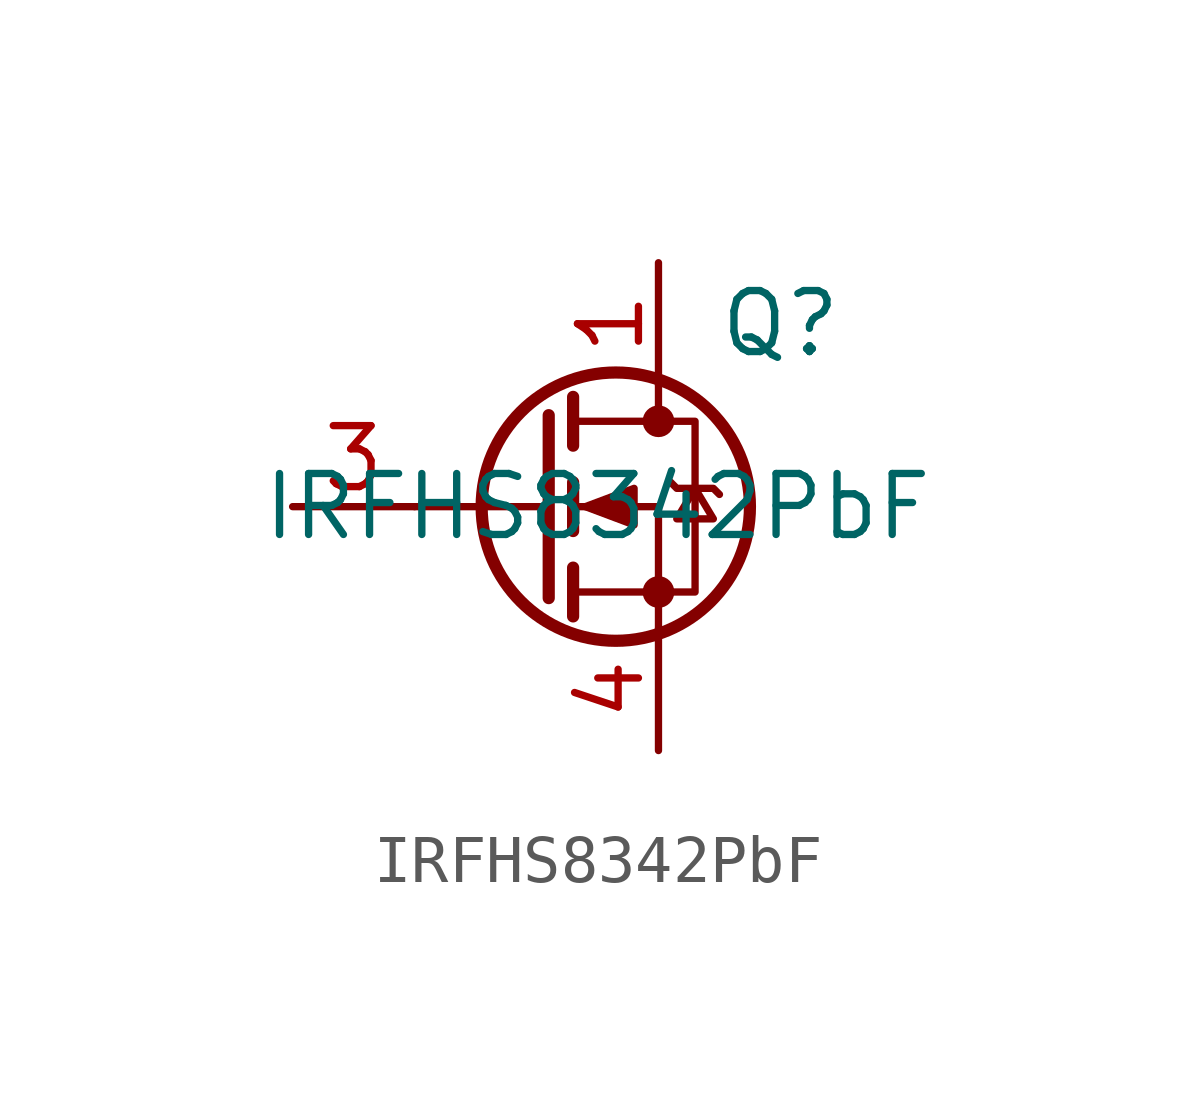
<source format=kicad_sym>
(kicad_symbol_lib
  (version 20220914)
  (generator kicad_symbol_editor)
  (symbol "IRFHS8342PbF"
    (pin_names hide)
    (property "Reference" "Q"
      (at 3.81 3.81 0)
      (effects (font (size 1.27 1.27))))
    (property "Value" "IRFHS8342PbF"
      (at 0 0 0)
      (effects (font (size 1.27 1.27))))
    (symbol "IRFHS8342PbF_0_1"
      (polyline (pts (xy -1.016 0) (xy -3.81 0)) (stroke (width 0) (type default)) (fill (type none)))
      (polyline (pts (xy -1.016 1.905) (xy -1.016 -1.905)) (stroke (width 0.254) (type default)) (fill (type none)))
      (polyline (pts (xy -0.508 -1.27) (xy -0.508 -2.286)) (stroke (width 0.254) (type default)) (fill (type none)))
      (polyline (pts (xy -0.508 0.508) (xy -0.508 -0.508)) (stroke (width 0.254) (type default)) (fill (type none)))
      (polyline (pts (xy -0.508 2.286) (xy -0.508 1.27)) (stroke (width 0.254) (type default)) (fill (type none)))
      (polyline (pts (xy 1.27 2.54) (xy 1.27 1.778)) (stroke (width 0) (type default)) (fill (type none)))
      (polyline (pts (xy 1.27 -2.54) (xy 1.27 0) (xy -0.508 0)) (stroke (width 0) (type default)) (fill (type none)))
      (polyline (pts (xy -0.508 -1.778) (xy 2.032 -1.778) (xy 2.032 1.778) (xy -0.508 1.778)) (stroke (width 0) (type default)) (fill (type none)))
      (polyline (pts (xy -0.254 0) (xy 0.762 0.381) (xy 0.762 -0.381) (xy -0.254 0)) (stroke (width 0) (type default)) (fill (type outline)))
      (polyline (pts (xy 1.524 0.508) (xy 1.651 0.381) (xy 2.413 0.381) (xy 2.54 0.254)) (stroke (width 0) (type default)) (fill (type none)))
      (polyline (pts (xy 2.032 0.381) (xy 1.651 -0.254) (xy 2.413 -0.254) (xy 2.032 0.381)) (stroke (width 0) (type default)) (fill (type none)))
      (circle (center 0.381 0) (radius 2.794) (stroke (width 0.254) (type default)) (fill (type none)))
      (circle (center 1.27 -1.778) (radius 0.254) (stroke (width 0) (type default)) (fill (type outline)))
      (circle (center 1.27 1.778) (radius 0.254) (stroke (width 0) (type default)) (fill (type outline))))
    (symbol "IRFHS8342PbF_1_1"
      (pin passive line (at 1.27 5.08 270) (length 2.54) (name "D" (effects (font (size 1.27 1.27)))) (number "1" (effects (font (size 1.27 1.27)))))
      (pin passive line (at 1.27 5.08 270) (length 2.54) hide (name "D" (effects (font (size 1.27 1.27)))) (number "2" (effects (font (size 1.27 1.27)))))
      (pin passive line (at -6.35 0 0) (length 2.54) (name "G" (effects (font (size 1.27 1.27)))) (number "3" (effects (font (size 1.27 1.27)))))
      (pin passive line (at 1.27 -5.08 90) (length 2.54) (name "S" (effects (font (size 1.27 1.27)))) (number "4" (effects (font (size 1.27 1.27)))))
      (pin passive line (at 1.27 5.08 270) (length 2.54) hide (name "D" (effects (font (size 1.27 1.27)))) (number "5" (effects (font (size 1.27 1.27)))))
      (pin passive line (at 1.27 5.08 270) (length 2.54) hide (name "D" (effects (font (size 1.27 1.27)))) (number "6" (effects (font (size 1.27 1.27)))))
      (pin passive line (at 1.27 5.08 270) (length 2.54) hide (name "D" (effects (font (size 1.27 1.27)))) (number "7" (effects (font (size 1.27 1.27)))))
      (pin passive line (at 1.27 -5.08 90) (length 2.54) hide (name "S" (effects (font (size 1.27 1.27)))) (number "8" (effects (font (size 1.27 1.27))))))))
</source>
